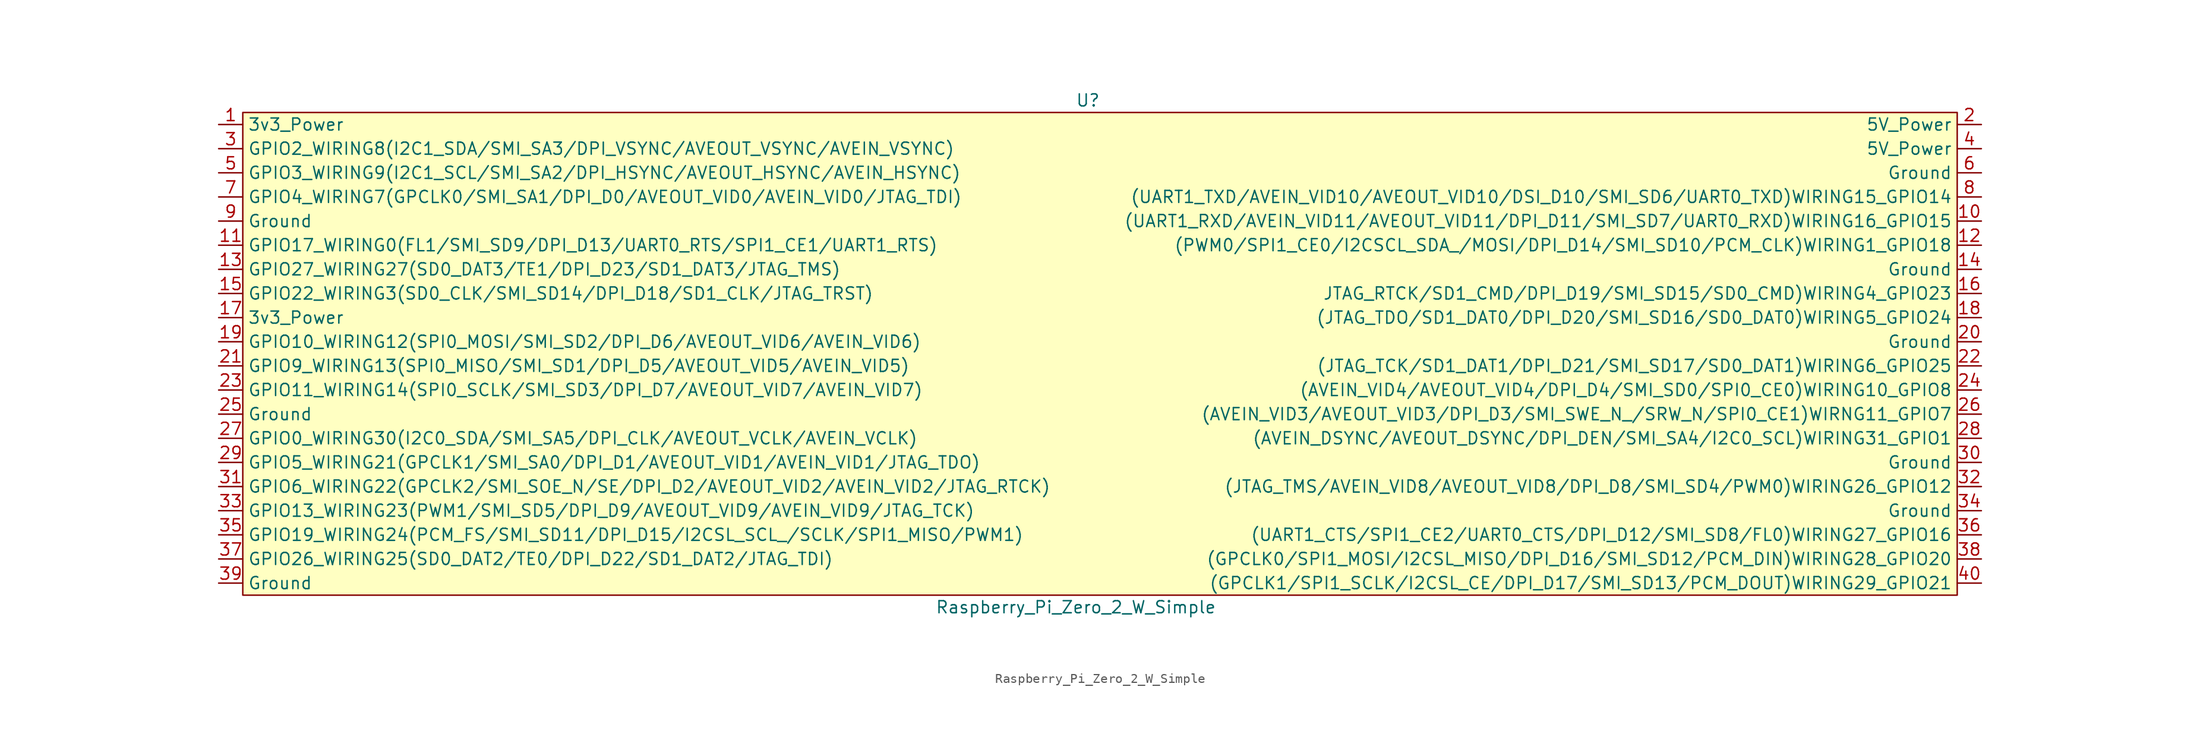
<source format=kicad_sym>
(kicad_symbol_lib
  (version 20211014)
  (generator kicad_symbol_editor)
  (symbol "Raspberry_Pi_Zero_2_W_Simple"
    (property "Reference" "U"
      (at 0 27.94 0)
      (effects (font (size 1.27 1.27))))
    (property "Value" "Raspberry_Pi_Zero_2_W_Simple"
      (at -1.27 -25.4 0)
      (effects (font (size 1.27 1.27))))
    (symbol "Raspberry_Pi_Zero_2_W_Simple_1_1"
      (rectangle (start -88.9 26.67) (end 91.44 -24.13) (stroke (width 0) (type default) (color 0 0 0 0)) (fill (type background)))
      (pin power_in line (at -91.44 25.4 0) (length 2.54) (name "3v3_Power" (effects (font (size 1.27 1.27)))) (number "1" (effects (font (size 1.27 1.27)))))
      (pin input line (at 93.98 15.24 180) (length 2.54) (name "(UART1_RXD/AVEIN_VID11/AVEOUT_VID11/DPI_D11/SMI_SD7/UART0_RXD)WIRING16_GPIO15" (effects (font (size 1.27 1.27)))) (number "10" (effects (font (size 1.27 1.27)))))
      (pin input line (at -91.44 12.7 0) (length 2.54) (name "GPIO17_WIRING0(FL1/SMI_SD9/DPI_D13/UART0_RTS/SPI1_CE1/UART1_RTS)" (effects (font (size 1.27 1.27)))) (number "11" (effects (font (size 1.27 1.27)))))
      (pin input line (at 93.98 12.7 180) (length 2.54) (name "(PWM0/SPI1_CE0/I2CSCL_SDA_/MOSI/DPI_D14/SMI_SD10/PCM_CLK)WIRING1_GPIO18" (effects (font (size 1.27 1.27)))) (number "12" (effects (font (size 1.27 1.27)))))
      (pin input line (at -91.44 10.16 0) (length 2.54) (name "GPIO27_WIRING27(SD0_DAT3/TE1/DPI_D23/SD1_DAT3/JTAG_TMS)" (effects (font (size 1.27 1.27)))) (number "13" (effects (font (size 1.27 1.27)))))
      (pin power_in line (at 93.98 10.16 180) (length 2.54) (name "Ground" (effects (font (size 1.27 1.27)))) (number "14" (effects (font (size 1.27 1.27)))))
      (pin input line (at -91.44 7.62 0) (length 2.54) (name "GPIO22_WIRING3(SD0_CLK/SMI_SD14/DPI_D18/SD1_CLK/JTAG_TRST)" (effects (font (size 1.27 1.27)))) (number "15" (effects (font (size 1.27 1.27)))))
      (pin input line (at 93.98 7.62 180) (length 2.54) (name "JTAG_RTCK/SD1_CMD/DPI_D19/SMI_SD15/SD0_CMD)WIRING4_GPIO23" (effects (font (size 1.27 1.27)))) (number "16" (effects (font (size 1.27 1.27)))))
      (pin power_in line (at -91.44 5.08 0) (length 2.54) (name "3v3_Power" (effects (font (size 1.27 1.27)))) (number "17" (effects (font (size 1.27 1.27)))))
      (pin input line (at 93.98 5.08 180) (length 2.54) (name "(JTAG_TDO/SD1_DAT0/DPI_D20/SMI_SD16/SD0_DAT0)WIRING5_GPIO24" (effects (font (size 1.27 1.27)))) (number "18" (effects (font (size 1.27 1.27)))))
      (pin input line (at -91.44 2.54 0) (length 2.54) (name "GPIO10_WIRING12(SPI0_MOSI/SMI_SD2/DPI_D6/AVEOUT_VID6/AVEIN_VID6)" (effects (font (size 1.27 1.27)))) (number "19" (effects (font (size 1.27 1.27)))))
      (pin power_in line (at 93.98 25.4 180) (length 2.54) (name "5V_Power" (effects (font (size 1.27 1.27)))) (number "2" (effects (font (size 1.27 1.27)))))
      (pin power_in line (at 93.98 2.54 180) (length 2.54) (name "Ground" (effects (font (size 1.27 1.27)))) (number "20" (effects (font (size 1.27 1.27)))))
      (pin input line (at -91.44 0 0) (length 2.54) (name "GPIO9_WIRING13(SPI0_MISO/SMI_SD1/DPI_D5/AVEOUT_VID5/AVEIN_VID5)" (effects (font (size 1.27 1.27)))) (number "21" (effects (font (size 1.27 1.27)))))
      (pin input line (at 93.98 0 180) (length 2.54) (name "(JTAG_TCK/SD1_DAT1/DPI_D21/SMI_SD17/SD0_DAT1)WIRING6_GPIO25" (effects (font (size 1.27 1.27)))) (number "22" (effects (font (size 1.27 1.27)))))
      (pin input line (at -91.44 -2.54 0) (length 2.54) (name "GPIO11_WIRING14(SPI0_SCLK/SMI_SD3/DPI_D7/AVEOUT_VID7/AVEIN_VID7)" (effects (font (size 1.27 1.27)))) (number "23" (effects (font (size 1.27 1.27)))))
      (pin input line (at 93.98 -2.54 180) (length 2.54) (name "(AVEIN_VID4/AVEOUT_VID4/DPI_D4/SMI_SD0/SPI0_CE0)WIRING10_GPIO8" (effects (font (size 1.27 1.27)))) (number "24" (effects (font (size 1.27 1.27)))))
      (pin power_in line (at -91.44 -5.08 0) (length 2.54) (name "Ground" (effects (font (size 1.27 1.27)))) (number "25" (effects (font (size 1.27 1.27)))))
      (pin input line (at 93.98 -5.08 180) (length 2.54) (name "(AVEIN_VID3/AVEOUT_VID3/DPI_D3/SMI_SWE_N_/SRW_N/SPI0_CE1)WIRNG11_GPIO7" (effects (font (size 1.27 1.27)))) (number "26" (effects (font (size 1.27 1.27)))))
      (pin input line (at -91.44 -7.62 0) (length 2.54) (name "GPIO0_WIRING30(I2C0_SDA/SMI_SA5/DPI_CLK/AVEOUT_VCLK/AVEIN_VCLK)" (effects (font (size 1.27 1.27)))) (number "27" (effects (font (size 1.27 1.27)))))
      (pin input line (at 93.98 -7.62 180) (length 2.54) (name "(AVEIN_DSYNC/AVEOUT_DSYNC/DPI_DEN/SMI_SA4/I2C0_SCL)WIRING31_GPIO1" (effects (font (size 1.27 1.27)))) (number "28" (effects (font (size 1.27 1.27)))))
      (pin input line (at -91.44 -10.16 0) (length 2.54) (name "GPIO5_WIRING21(GPCLK1/SMI_SA0/DPI_D1/AVEOUT_VID1/AVEIN_VID1/JTAG_TDO)" (effects (font (size 1.27 1.27)))) (number "29" (effects (font (size 1.27 1.27)))))
      (pin input line (at -91.44 22.86 0) (length 2.54) (name "GPIO2_WIRING8(I2C1_SDA/SMI_SA3/DPI_VSYNC/AVEOUT_VSYNC/AVEIN_VSYNC)" (effects (font (size 1.27 1.27)))) (number "3" (effects (font (size 1.27 1.27)))))
      (pin power_in line (at 93.98 -10.16 180) (length 2.54) (name "Ground" (effects (font (size 1.27 1.27)))) (number "30" (effects (font (size 1.27 1.27)))))
      (pin input line (at -91.44 -12.7 0) (length 2.54) (name "GPIO6_WIRING22(GPCLK2/SMI_SOE_N/SE/DPI_D2/AVEOUT_VID2/AVEIN_VID2/JTAG_RTCK)" (effects (font (size 1.27 1.27)))) (number "31" (effects (font (size 1.27 1.27)))))
      (pin input line (at 93.98 -12.7 180) (length 2.54) (name "(JTAG_TMS/AVEIN_VID8/AVEOUT_VID8/DPI_D8/SMI_SD4/PWM0)WIRING26_GPIO12" (effects (font (size 1.27 1.27)))) (number "32" (effects (font (size 1.27 1.27)))))
      (pin input line (at -91.44 -15.24 0) (length 2.54) (name "GPIO13_WIRING23(PWM1/SMI_SD5/DPI_D9/AVEOUT_VID9/AVEIN_VID9/JTAG_TCK)" (effects (font (size 1.27 1.27)))) (number "33" (effects (font (size 1.27 1.27)))))
      (pin power_in line (at 93.98 -15.24 180) (length 2.54) (name "Ground" (effects (font (size 1.27 1.27)))) (number "34" (effects (font (size 1.27 1.27)))))
      (pin input line (at -91.44 -17.78 0) (length 2.54) (name "GPIO19_WIRING24(PCM_FS/SMI_SD11/DPI_D15/I2CSL_SCL_/SCLK/SPI1_MISO/PWM1)" (effects (font (size 1.27 1.27)))) (number "35" (effects (font (size 1.27 1.27)))))
      (pin input line (at 93.98 -17.78 180) (length 2.54) (name "(UART1_CTS/SPI1_CE2/UART0_CTS/DPI_D12/SMI_SD8/FL0)WIRING27_GPIO16" (effects (font (size 1.27 1.27)))) (number "36" (effects (font (size 1.27 1.27)))))
      (pin input line (at -91.44 -20.32 0) (length 2.54) (name "GPIO26_WIRING25(SD0_DAT2/TE0/DPI_D22/SD1_DAT2/JTAG_TDI)" (effects (font (size 1.27 1.27)))) (number "37" (effects (font (size 1.27 1.27)))))
      (pin input line (at 93.98 -20.32 180) (length 2.54) (name "(GPCLK0/SPI1_MOSI/I2CSL_MISO/DPI_D16/SMI_SD12/PCM_DIN)WIRING28_GPIO20" (effects (font (size 1.27 1.27)))) (number "38" (effects (font (size 1.27 1.27)))))
      (pin power_in line (at -91.44 -22.86 0) (length 2.54) (name "Ground" (effects (font (size 1.27 1.27)))) (number "39" (effects (font (size 1.27 1.27)))))
      (pin power_in line (at 93.98 22.86 180) (length 2.54) (name "5V_Power" (effects (font (size 1.27 1.27)))) (number "4" (effects (font (size 1.27 1.27)))))
      (pin input line (at 93.98 -22.86 180) (length 2.54) (name "(GPCLK1/SPI1_SCLK/I2CSL_CE/DPI_D17/SMI_SD13/PCM_DOUT)WIRING29_GPIO21" (effects (font (size 1.27 1.27)))) (number "40" (effects (font (size 1.27 1.27)))))
      (pin input line (at -91.44 20.32 0) (length 2.54) (name "GPIO3_WIRING9(I2C1_SCL/SMI_SA2/DPI_HSYNC/AVEOUT_HSYNC/AVEIN_HSYNC)" (effects (font (size 1.27 1.27)))) (number "5" (effects (font (size 1.27 1.27)))))
      (pin power_in line (at 93.98 20.32 180) (length 2.54) (name "Ground" (effects (font (size 1.27 1.27)))) (number "6" (effects (font (size 1.27 1.27)))))
      (pin input line (at -91.44 17.78 0) (length 2.54) (name "GPIO4_WIRING7(GPCLK0/SMI_SA1/DPI_D0/AVEOUT_VID0/AVEIN_VID0/JTAG_TDI)" (effects (font (size 1.27 1.27)))) (number "7" (effects (font (size 1.27 1.27)))))
      (pin input line (at 93.98 17.78 180) (length 2.54) (name "(UART1_TXD/AVEIN_VID10/AVEOUT_VID10/DSI_D10/SMI_SD6/UART0_TXD)WIRING15_GPIO14" (effects (font (size 1.27 1.27)))) (number "8" (effects (font (size 1.27 1.27)))))
      (pin power_in line (at -91.44 15.24 0) (length 2.54) (name "Ground" (effects (font (size 1.27 1.27)))) (number "9" (effects (font (size 1.27 1.27))))))))
</source>
